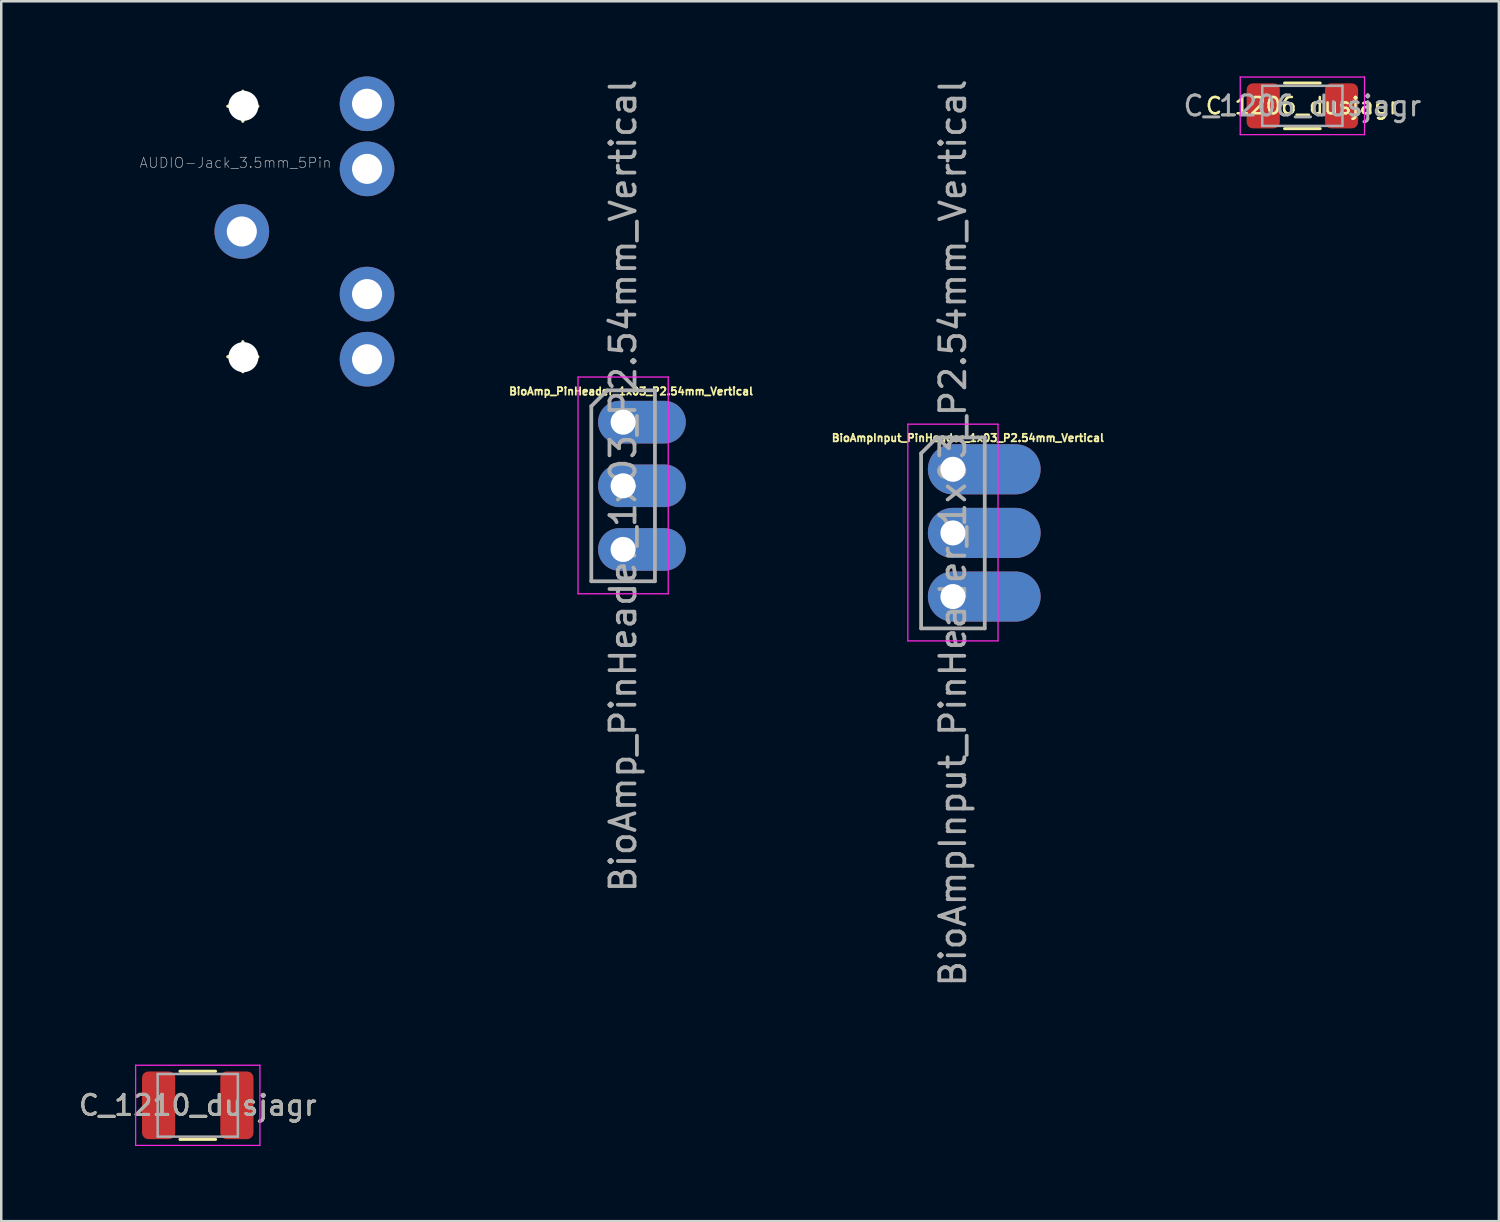
<source format=kicad_pcb>
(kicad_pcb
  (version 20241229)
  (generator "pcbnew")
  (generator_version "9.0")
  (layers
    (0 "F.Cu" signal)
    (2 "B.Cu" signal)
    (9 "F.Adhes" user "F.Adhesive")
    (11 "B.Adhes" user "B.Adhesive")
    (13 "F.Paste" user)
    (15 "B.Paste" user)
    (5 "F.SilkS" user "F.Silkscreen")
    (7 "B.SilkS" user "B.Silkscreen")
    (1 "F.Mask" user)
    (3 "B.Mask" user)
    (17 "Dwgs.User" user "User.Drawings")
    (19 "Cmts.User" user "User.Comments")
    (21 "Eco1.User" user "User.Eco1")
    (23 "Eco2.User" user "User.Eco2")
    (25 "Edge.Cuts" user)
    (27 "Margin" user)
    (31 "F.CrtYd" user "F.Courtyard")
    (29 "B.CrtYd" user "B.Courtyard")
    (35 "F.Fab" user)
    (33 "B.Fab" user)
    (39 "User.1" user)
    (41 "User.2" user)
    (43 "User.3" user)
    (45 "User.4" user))
  (footprint "BioAmpInput_PinHeader_1x03_P2.54mm_Vertical"
    (layer "F.Cu")
    (at 34.983 15.68)
    (property "Reference" "BioAmpInput_PinHeader_1x03_P2.54mm_Vertical" (at 0.6 -1.25 0) (layer "F.SilkS") (effects (font (size 0.3 0.3) (thickness 0.07))))
    (attr through_hole)
    (fp_line (start -1.8 -1.8) (end -1.8 6.85) (stroke (width 0.05) (type solid)) (layer "F.CrtYd"))
    (fp_line (start -1.8 6.85) (end 1.8 6.85) (stroke (width 0.05) (type solid)) (layer "F.CrtYd"))
    (fp_line (start 1.8 -1.8) (end -1.8 -1.8) (stroke (width 0.05) (type solid)) (layer "F.CrtYd"))
    (fp_line (start 1.8 6.85) (end 1.8 -1.8) (stroke (width 0.05) (type solid)) (layer "F.CrtYd"))
    (fp_line (start -1.27 -0.635) (end -0.635 -1.27) (stroke (width 0.15) (type solid)) (layer "F.Fab"))
    (fp_line (start -1.27 6.35) (end -1.27 -0.635) (stroke (width 0.15) (type solid)) (layer "F.Fab"))
    (fp_line (start -0.635 -1.27) (end 1.27 -1.27) (stroke (width 0.15) (type solid)) (layer "F.Fab"))
    (fp_line (start 1.27 -1.27) (end 1.27 6.35) (stroke (width 0.15) (type solid)) (layer "F.Fab"))
    (fp_line (start 1.27 6.35) (end -1.27 6.35) (stroke (width 0.15) (type solid)) (layer "F.Fab"))
    (fp_text user "${REFERENCE}" (at 0 2.54 90) (layer "F.Fab") (effects (font (size 1 1) (thickness 0.15))))
    (pad "1" thru_hole oval (at 0 0) (size 4.5 2) (drill 1 (offset 1.25 0)) (layers "*.Cu" "*.Mask"))
    (pad "2" thru_hole oval (at 0 2.54) (size 4.5 2) (drill 1 (offset 1.25 0)) (layers "*.Cu" "*.Mask"))
    (pad "3" thru_hole oval (at 0 5.08) (size 4.5 2) (drill 1 (offset 1.25 0)) (layers "*.Cu" "*.Mask")))
  (footprint "AUDIO-Jack_3.5mm_5Pin"
    (layer "F.Cu")
    (at 6.601 6.189)
    (property "Reference" "AUDIO-Jack_3.5mm_5Pin" (at -0.254 -2.743 0) (layer "Dwgs.User") (effects (font (size 0.406 0.406) (thickness 0.025))))
    (attr exclude_from_pos_files exclude_from_bom)
    (fp_line (start -0.559 -4.999) (end 0.64 -4.999) (stroke (width 0.127) (type solid)) (layer "F.SilkS"))
    (fp_line (start -0.559 4.999) (end 0.64 4.999) (stroke (width 0.127) (type solid)) (layer "F.SilkS"))
    (fp_line (start 0.041 -4.399) (end 0.041 -5.598) (stroke (width 0.127) (type solid)) (layer "F.SilkS"))
    (fp_line (start 0.041 5.598) (end 0.041 4.399) (stroke (width 0.127) (type solid)) (layer "F.SilkS"))
    (fp_circle (center 0.041 -4.999) (end -0.259 -5.298) (stroke (width 0.127) (type solid)) (fill no) (layer "F.SilkS"))
    (fp_circle (center 0.041 4.999) (end -0.259 5.298) (stroke (width 0.127) (type solid)) (fill no) (layer "F.SilkS"))
    (fp_line (start -6.5 -3) (end -6.5 3) (stroke (width 0.203) (type solid)) (layer "Eco2.User"))
    (fp_line (start -6.5 -3) (end -4.498 -3) (stroke (width 0.203) (type solid)) (layer "Eco2.User"))
    (fp_line (start -6.5 3) (end -4.498 3) (stroke (width 0.203) (type solid)) (layer "Eco2.User"))
    (fp_line (start -4.498 -4.498) (end -4.498 -3) (stroke (width 0.203) (type solid)) (layer "Eco2.User"))
    (fp_line (start -4.498 -4.498) (end -3.498 -4.498) (stroke (width 0.203) (type solid)) (layer "Eco2.User"))
    (fp_line (start -4.498 3) (end -4.498 4.498) (stroke (width 0.203) (type solid)) (layer "Eco2.User"))
    (fp_line (start -4.498 4.498) (end -3.498 4.498) (stroke (width 0.203) (type solid)) (layer "Eco2.User"))
    (fp_line (start -3.498 -5.999) (end -3.498 5.999) (stroke (width 0.203) (type solid)) (layer "Eco2.User"))
    (fp_line (start -3.498 -5.999) (end 3.498 -5.999) (stroke (width 0.203) (type solid)) (layer "Eco2.User"))
    (fp_line (start -3.498 5.999) (end 3.498 5.999) (stroke (width 0.203) (type solid)) (layer "Eco2.User"))
    (fp_line (start 7.498 -5.999) (end 6.5 -5.999) (stroke (width 0.203) (type solid)) (layer "Eco2.User"))
    (fp_line (start 7.498 -5.999) (end 7.498 5.999) (stroke (width 0.203) (type solid)) (layer "Eco2.User"))
    (fp_line (start 7.498 5.999) (end 6.5 5.999) (stroke (width 0.203) (type solid)) (layer "Eco2.User"))
    (pad "" np_thru_hole circle (at 0.064 -5.016) (size 1.2 1.2) (drill 1.2) (layers "*.Cu" "*.Mask"))
    (pad "" np_thru_hole circle (at 0.064 5.016) (size 1.2 1.2) (drill 1.2) (layers "*.Cu" "*.Mask"))
    (pad "R" thru_hole circle (at 4.999 -5.098) (size 2.182 2.182) (drill 1.2) (layers "*.Cu" "*.Mask"))
    (pad "RN" thru_hole circle (at 4.999 -2.499) (size 2.182 2.182) (drill 1.2) (layers "*.Cu" "*.Mask"))
    (pad "S" thru_hole circle (at 0 0) (size 2.182 2.182) (drill 1.2) (layers "*.Cu" "*.Mask"))
    (pad "T" thru_hole circle (at 4.999 5.098) (size 2.182 2.182) (drill 1.2) (layers "*.Cu" "*.Mask"))
    (pad "TN" thru_hole circle (at 4.999 2.499) (size 2.182 2.182) (drill 1.2) (layers "*.Cu" "*.Mask")))
  (footprint "C_1206_dusjagr"
    (layer "F.Cu")
    (at 48.93 1.175)
    (property "Reference" "C_1206_dusjagr" (at 0 0 0) (layer "F.SilkS") (effects (font (size 0.65 0.65) (thickness 0.1))))
    (attr smd)
    (fp_line (start -0.711 -0.91) (end 0.711 -0.91) (stroke (width 0.12) (type solid)) (layer "F.SilkS"))
    (fp_line (start -0.711 0.91) (end 0.711 0.91) (stroke (width 0.12) (type solid)) (layer "F.SilkS"))
    (fp_line (start -2.48 -1.15) (end 2.48 -1.15) (stroke (width 0.05) (type solid)) (layer "F.CrtYd"))
    (fp_line (start -2.48 1.15) (end -2.48 -1.15) (stroke (width 0.05) (type solid)) (layer "F.CrtYd"))
    (fp_line (start 2.48 -1.15) (end 2.48 1.15) (stroke (width 0.05) (type solid)) (layer "F.CrtYd"))
    (fp_line (start 2.48 1.15) (end -2.48 1.15) (stroke (width 0.05) (type solid)) (layer "F.CrtYd"))
    (fp_line (start -1.6 -0.8) (end 1.6 -0.8) (stroke (width 0.1) (type solid)) (layer "F.Fab"))
    (fp_line (start -1.6 0.8) (end -1.6 -0.8) (stroke (width 0.1) (type solid)) (layer "F.Fab"))
    (fp_line (start 1.6 -0.8) (end 1.6 0.8) (stroke (width 0.1) (type solid)) (layer "F.Fab"))
    (fp_line (start 1.6 0.8) (end -1.6 0.8) (stroke (width 0.1) (type solid)) (layer "F.Fab"))
    (fp_text user "${REFERENCE}" (at 0 0 0) (layer "F.Fab") (effects (font (size 0.8 0.8) (thickness 0.12))))
    (pad "1" smd roundrect (at -1.562 0) (size 1.325 1.8) (layers "F.Cu" "F.Mask" "F.Paste") (roundrect_rratio 0.189))
    (pad "2" smd roundrect (at 1.562 0) (size 1.325 1.8) (layers "F.Cu" "F.Mask" "F.Paste") (roundrect_rratio 0.189)))
  (footprint "C_1210_dusjagr"
    (layer "F.Cu")
    (at 4.843 41.065)
    (property "Reference" "C_1210_dusjagr" (at 0 0 180) (layer "F.SilkS") (effects (font (size 0.8 0.8) (thickness 0.12))))
    (attr smd)
    (fp_line (start -0.711 -1.36) (end 0.711 -1.36) (stroke (width 0.12) (type solid)) (layer "F.SilkS"))
    (fp_line (start -0.711 1.36) (end 0.711 1.36) (stroke (width 0.12) (type solid)) (layer "F.SilkS"))
    (fp_line (start -2.48 -1.6) (end 2.48 -1.6) (stroke (width 0.05) (type solid)) (layer "F.CrtYd"))
    (fp_line (start -2.48 1.6) (end -2.48 -1.6) (stroke (width 0.05) (type solid)) (layer "F.CrtYd"))
    (fp_line (start 2.48 -1.6) (end 2.48 1.6) (stroke (width 0.05) (type solid)) (layer "F.CrtYd"))
    (fp_line (start 2.48 1.6) (end -2.48 1.6) (stroke (width 0.05) (type solid)) (layer "F.CrtYd"))
    (fp_line (start -1.6 -1.25) (end 1.6 -1.25) (stroke (width 0.1) (type solid)) (layer "F.Fab"))
    (fp_line (start -1.6 1.25) (end -1.6 -1.25) (stroke (width 0.1) (type solid)) (layer "F.Fab"))
    (fp_line (start 1.6 -1.25) (end 1.6 1.25) (stroke (width 0.1) (type solid)) (layer "F.Fab"))
    (fp_line (start 1.6 1.25) (end -1.6 1.25) (stroke (width 0.1) (type solid)) (layer "F.Fab"))
    (fp_text user "${REFERENCE}" (at 0 0 180) (layer "F.Fab") (effects (font (size 0.8 0.8) (thickness 0.12))))
    (pad "1" smd roundrect (at -1.562 0) (size 1.325 2.7) (layers "F.Cu" "F.Mask" "F.Paste") (roundrect_rratio 0.189))
    (pad "2" smd roundrect (at 1.562 0) (size 1.325 2.7) (layers "F.Cu" "F.Mask" "F.Paste") (roundrect_rratio 0.189)))
  (footprint "BioAmp_PinHeader_1x03_P2.54mm_Vertical"
    (layer "F.Cu")
    (at 21.82 13.799)
    (property "Reference" "BioAmp_PinHeader_1x03_P2.54mm_Vertical" (at 0.32 -1.23 0) (layer "F.SilkS") (effects (font (size 0.3 0.3) (thickness 0.07))))
    (attr through_hole)
    (fp_line (start -1.8 -1.8) (end -1.8 6.85) (stroke (width 0.05) (type solid)) (layer "F.CrtYd"))
    (fp_line (start -1.8 6.85) (end 1.8 6.85) (stroke (width 0.05) (type solid)) (layer "F.CrtYd"))
    (fp_line (start 1.8 -1.8) (end -1.8 -1.8) (stroke (width 0.05) (type solid)) (layer "F.CrtYd"))
    (fp_line (start 1.8 6.85) (end 1.8 -1.8) (stroke (width 0.05) (type solid)) (layer "F.CrtYd"))
    (fp_line (start -1.27 -0.635) (end -0.635 -1.27) (stroke (width 0.15) (type solid)) (layer "F.Fab"))
    (fp_line (start -1.27 6.35) (end -1.27 -0.635) (stroke (width 0.15) (type solid)) (layer "F.Fab"))
    (fp_line (start -0.635 -1.27) (end 1.27 -1.27) (stroke (width 0.15) (type solid)) (layer "F.Fab"))
    (fp_line (start 1.27 -1.27) (end 1.27 6.35) (stroke (width 0.15) (type solid)) (layer "F.Fab"))
    (fp_line (start 1.27 6.35) (end -1.27 6.35) (stroke (width 0.15) (type solid)) (layer "F.Fab"))
    (fp_text user "${REFERENCE}" (at 0 2.54 90) (layer "F.Fab") (effects (font (size 1 1) (thickness 0.15))))
    (pad "1" thru_hole oval (at 0 0) (size 3.5 1.7) (drill 1 (offset 0.75 0)) (layers "*.Cu" "*.Mask"))
    (pad "2" thru_hole oval (at 0 2.54) (size 3.5 1.7) (drill 1 (offset 0.75 0)) (layers "*.Cu" "*.Mask"))
    (pad "3" thru_hole oval (at 0 5.08) (size 3.5 1.7) (drill 1 (offset 0.75 0)) (layers "*.Cu" "*.Mask")))
  (gr_rect
    (start -3 -3)
    (end 56.773 45.69)
    (stroke (width 0.1) (type default))
    (fill no)
    (layer "Edge.Cuts")))
</source>
